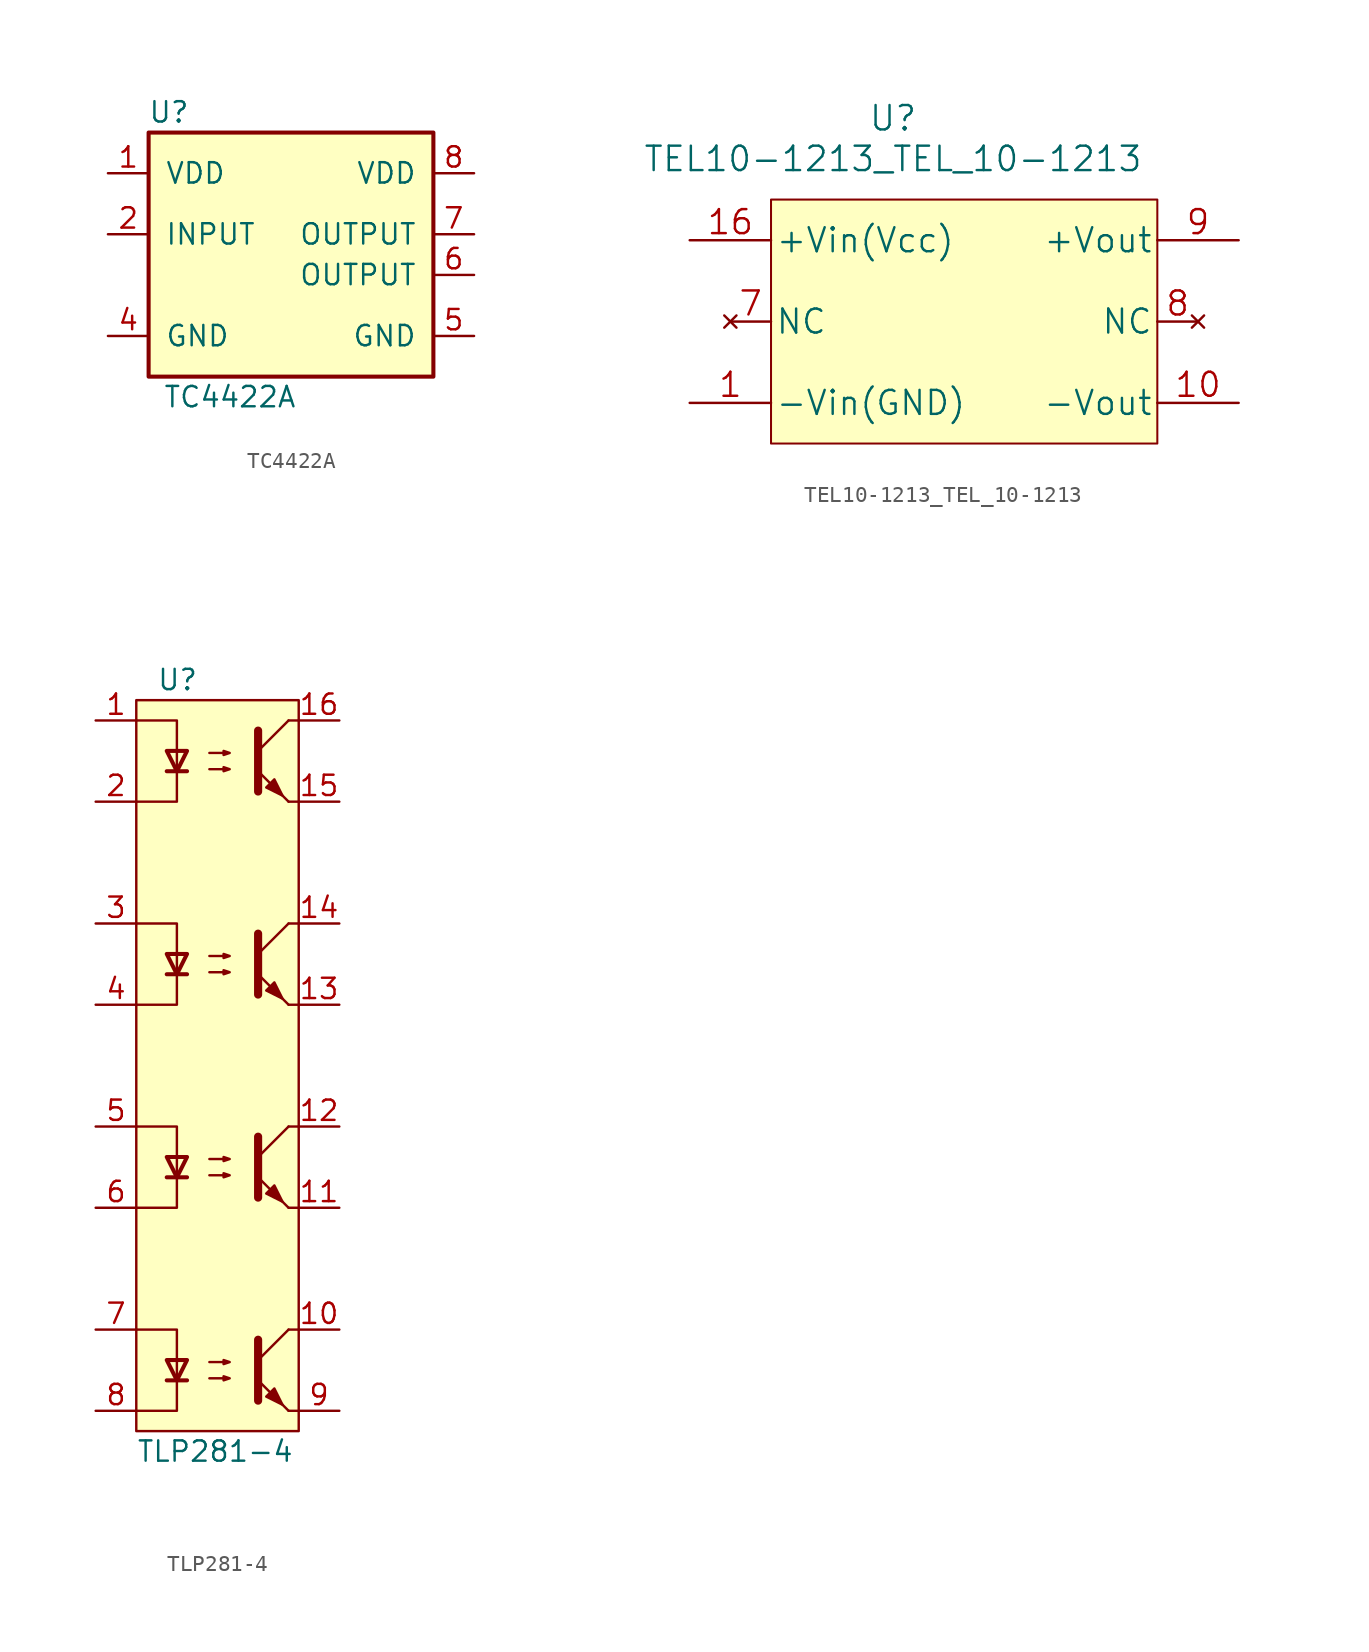
<source format=kicad_sym>
(kicad_symbol_lib
  (version 20211014)
  (generator kicad_symbol_editor)
  (symbol "TC4422A"
    (pin_names
      (offset 1.016))
    (property "Reference" "U"
      (at -7.62 8.89 0)
      (effects (font (size 1.27 1.27))))
    (property "Value" "TC4422A"
      (at -3.81 -8.89 0)
      (effects (font (size 1.27 1.27))))
    (symbol "TC4422A_1_1"
      (rectangle (start -8.89 7.62) (end 8.89 -7.62) (stroke (width 0.254) (type default) (color 0 0 0 0)) (fill (type background)))
      (pin power_in line (at -11.43 5.08 0) (length 2.54) (name "VDD" (effects (font (size 1.27 1.27)))) (number "1" (effects (font (size 1.27 1.27)))))
      (pin input line (at -11.43 1.27 0) (length 2.54) (name "INPUT" (effects (font (size 1.27 1.27)))) (number "2" (effects (font (size 1.27 1.27)))))
      (pin no_connect line (at -11.43 -1.27 0) (length 2.54) hide (name "NC" (effects (font (size 1.27 1.27)))) (number "3" (effects (font (size 1.27 1.27)))))
      (pin power_in line (at -11.43 -5.08 0) (length 2.54) (name "GND" (effects (font (size 1.27 1.27)))) (number "4" (effects (font (size 1.27 1.27)))))
      (pin power_in line (at 11.43 -5.08 180) (length 2.54) (name "GND" (effects (font (size 1.27 1.27)))) (number "5" (effects (font (size 1.27 1.27)))))
      (pin unspecified line (at 11.43 -1.27 180) (length 2.54) (name "OUTPUT" (effects (font (size 1.27 1.27)))) (number "6" (effects (font (size 1.27 1.27)))))
      (pin unspecified line (at 11.43 1.27 180) (length 2.54) (name "OUTPUT" (effects (font (size 1.27 1.27)))) (number "7" (effects (font (size 1.27 1.27)))))
      (pin power_in line (at 11.43 5.08 180) (length 2.54) (name "VDD" (effects (font (size 1.27 1.27)))) (number "8" (effects (font (size 1.27 1.27)))))))
  (symbol "TEL10-1213_TEL_10-1213"
    (pin_names
      (offset 0.254))
    (property "Reference" "U"
      (at 15.24 10.16 0)
      (effects (font (size 1.524 1.524))))
    (property "Value" "TEL10-1213_TEL_10-1213"
      (at 15.24 7.62 0)
      (effects (font (size 1.524 1.524))))
    (property "Datasheet" ""
      (at 0 2.54 0)
      (effects (font (size 1.524 1.524))))
    (property "ki_locked" ""
      (at 0 0 0)
      (effects (font (size 1.27 1.27))))
    (symbol "TEL10-1213_TEL_10-1213_1_1"
      (rectangle (start 7.62 5.08) (end 31.75 -10.16) (stroke (width 0.127) (type default) (color 0 0 0 0)) (fill (type background)))
      (pin power_in line (at 2.54 -7.62 0) (length 5.08) (name "-Vin(GND)" (effects (font (size 1.499 1.499)))) (number "1" (effects (font (size 1.499 1.499)))))
      (pin power_out line (at 36.83 -7.62 180) (length 5.08) (name "-Vout" (effects (font (size 1.499 1.499)))) (number "10" (effects (font (size 1.499 1.499)))))
      (pin power_in line (at 2.54 2.54 0) (length 5.08) (name "+Vin(Vcc)" (effects (font (size 1.499 1.499)))) (number "16" (effects (font (size 1.499 1.499)))))
      (pin no_connect line (at 5.08 -2.54 0) (length 2.54) (name "NC" (effects (font (size 1.499 1.499)))) (number "7" (effects (font (size 1.499 1.499)))))
      (pin no_connect line (at 34.29 -2.54 180) (length 2.54) (name "NC" (effects (font (size 1.499 1.499)))) (number "8" (effects (font (size 1.499 1.499)))))
      (pin power_out line (at 36.83 2.54 180) (length 5.08) (name "+Vout" (effects (font (size 1.499 1.499)))) (number "9" (effects (font (size 1.499 1.499)))))))
  (symbol "TLP281-4"
    (pin_names
      (offset 1.016))
    (property "Reference" "U"
      (at -3.81 24.13 0)
      (effects (font (size 1.27 1.27)) (justify left)))
    (property "Value" "TLP281-4"
      (at -5.08 -24.13 0)
      (effects (font (size 1.27 1.27)) (justify left)))
    (symbol "TLP281-4_0_1"
      (rectangle (start -5.08 22.86) (end 5.08 -22.86) (stroke (width 0.152) (type default) (color 0 0 0 0)) (fill (type background)))
      (polyline (pts (xy -3.175 -19.685) (xy -1.905 -19.685)) (stroke (width 0.254) (type default) (color 0 0 0 0)) (fill (type none)))
      (polyline (pts (xy -3.175 -6.985) (xy -1.905 -6.985)) (stroke (width 0.254) (type default) (color 0 0 0 0)) (fill (type none)))
      (polyline (pts (xy -3.175 5.715) (xy -1.905 5.715)) (stroke (width 0.254) (type default) (color 0 0 0 0)) (fill (type none)))
      (polyline (pts (xy -3.175 18.415) (xy -1.905 18.415)) (stroke (width 0.254) (type default) (color 0 0 0 0)) (fill (type none)))
      (polyline (pts (xy 2.54 -18.415) (xy 4.445 -16.51)) (stroke (width 0) (type default) (color 0 0 0 0)) (fill (type none)))
      (polyline (pts (xy 2.54 -5.715) (xy 4.445 -3.81)) (stroke (width 0) (type default) (color 0 0 0 0)) (fill (type none)))
      (polyline (pts (xy 2.54 6.985) (xy 4.445 8.89)) (stroke (width 0) (type default) (color 0 0 0 0)) (fill (type none)))
      (polyline (pts (xy 2.54 19.685) (xy 4.445 21.59)) (stroke (width 0) (type default) (color 0 0 0 0)) (fill (type none)))
      (polyline (pts (xy 4.445 -21.59) (xy 2.54 -19.685)) (stroke (width 0) (type default) (color 0 0 0 0)) (fill (type outline)))
      (polyline (pts (xy 4.445 -21.59) (xy 5.08 -21.59)) (stroke (width 0) (type default) (color 0 0 0 0)) (fill (type none)))
      (polyline (pts (xy 4.445 -16.51) (xy 5.08 -16.51)) (stroke (width 0) (type default) (color 0 0 0 0)) (fill (type none)))
      (polyline (pts (xy 4.445 -8.89) (xy 2.54 -6.985)) (stroke (width 0) (type default) (color 0 0 0 0)) (fill (type outline)))
      (polyline (pts (xy 4.445 -8.89) (xy 5.08 -8.89)) (stroke (width 0) (type default) (color 0 0 0 0)) (fill (type none)))
      (polyline (pts (xy 4.445 -3.81) (xy 5.08 -3.81)) (stroke (width 0) (type default) (color 0 0 0 0)) (fill (type none)))
      (polyline (pts (xy 4.445 3.81) (xy 2.54 5.715)) (stroke (width 0) (type default) (color 0 0 0 0)) (fill (type outline)))
      (polyline (pts (xy 4.445 3.81) (xy 5.08 3.81)) (stroke (width 0) (type default) (color 0 0 0 0)) (fill (type none)))
      (polyline (pts (xy 4.445 8.89) (xy 5.08 8.89)) (stroke (width 0) (type default) (color 0 0 0 0)) (fill (type none)))
      (polyline (pts (xy 4.445 16.51) (xy 2.54 18.415)) (stroke (width 0) (type default) (color 0 0 0 0)) (fill (type outline)))
      (polyline (pts (xy 4.445 16.51) (xy 5.08 16.51)) (stroke (width 0) (type default) (color 0 0 0 0)) (fill (type none)))
      (polyline (pts (xy 4.445 21.59) (xy 5.08 21.59)) (stroke (width 0) (type default) (color 0 0 0 0)) (fill (type none)))
      (polyline (pts (xy -5.08 -16.51) (xy -2.54 -16.51) (xy -2.54 -19.685)) (stroke (width 0) (type default) (color 0 0 0 0)) (fill (type none)))
      (polyline (pts (xy -5.08 -3.81) (xy -2.54 -3.81) (xy -2.54 -6.985)) (stroke (width 0) (type default) (color 0 0 0 0)) (fill (type none)))
      (polyline (pts (xy -5.08 8.89) (xy -2.54 8.89) (xy -2.54 5.715)) (stroke (width 0) (type default) (color 0 0 0 0)) (fill (type none)))
      (polyline (pts (xy -5.08 21.59) (xy -2.54 21.59) (xy -2.54 18.415)) (stroke (width 0) (type default) (color 0 0 0 0)) (fill (type none)))
      (polyline (pts (xy -2.54 -19.685) (xy -2.54 -21.59) (xy -5.08 -21.59)) (stroke (width 0) (type default) (color 0 0 0 0)) (fill (type none)))
      (polyline (pts (xy -2.54 -6.985) (xy -2.54 -8.89) (xy -5.08 -8.89)) (stroke (width 0) (type default) (color 0 0 0 0)) (fill (type none)))
      (polyline (pts (xy -2.54 5.715) (xy -2.54 3.81) (xy -5.08 3.81)) (stroke (width 0) (type default) (color 0 0 0 0)) (fill (type none)))
      (polyline (pts (xy -2.54 18.415) (xy -2.54 16.51) (xy -5.08 16.51)) (stroke (width 0) (type default) (color 0 0 0 0)) (fill (type none)))
      (polyline (pts (xy 2.54 -17.145) (xy 2.54 -20.955) (xy 2.54 -20.955)) (stroke (width 0.508) (type default) (color 0 0 0 0)) (fill (type none)))
      (polyline (pts (xy 2.54 -4.445) (xy 2.54 -8.255) (xy 2.54 -8.255)) (stroke (width 0.508) (type default) (color 0 0 0 0)) (fill (type none)))
      (polyline (pts (xy 2.54 8.255) (xy 2.54 4.445) (xy 2.54 4.445)) (stroke (width 0.508) (type default) (color 0 0 0 0)) (fill (type none)))
      (polyline (pts (xy 2.54 20.955) (xy 2.54 17.145) (xy 2.54 17.145)) (stroke (width 0.508) (type default) (color 0 0 0 0)) (fill (type none)))
      (polyline (pts (xy -2.54 -19.685) (xy -3.175 -18.415) (xy -1.905 -18.415) (xy -2.54 -19.685)) (stroke (width 0.254) (type default) (color 0 0 0 0)) (fill (type none)))
      (polyline (pts (xy -2.54 -6.985) (xy -3.175 -5.715) (xy -1.905 -5.715) (xy -2.54 -6.985)) (stroke (width 0.254) (type default) (color 0 0 0 0)) (fill (type none)))
      (polyline (pts (xy -2.54 5.715) (xy -3.175 6.985) (xy -1.905 6.985) (xy -2.54 5.715)) (stroke (width 0.254) (type default) (color 0 0 0 0)) (fill (type none)))
      (polyline (pts (xy -2.54 18.415) (xy -3.175 19.685) (xy -1.905 19.685) (xy -2.54 18.415)) (stroke (width 0.254) (type default) (color 0 0 0 0)) (fill (type none)))
      (polyline (pts (xy -0.508 -19.558) (xy 0.762 -19.558) (xy 0.381 -19.685) (xy 0.381 -19.431) (xy 0.762 -19.558)) (stroke (width 0) (type default) (color 0 0 0 0)) (fill (type none)))
      (polyline (pts (xy -0.508 -18.542) (xy 0.762 -18.542) (xy 0.381 -18.669) (xy 0.381 -18.415) (xy 0.762 -18.542)) (stroke (width 0) (type default) (color 0 0 0 0)) (fill (type none)))
      (polyline (pts (xy -0.508 -6.858) (xy 0.762 -6.858) (xy 0.381 -6.985) (xy 0.381 -6.731) (xy 0.762 -6.858)) (stroke (width 0) (type default) (color 0 0 0 0)) (fill (type none)))
      (polyline (pts (xy -0.508 -5.842) (xy 0.762 -5.842) (xy 0.381 -5.969) (xy 0.381 -5.715) (xy 0.762 -5.842)) (stroke (width 0) (type default) (color 0 0 0 0)) (fill (type none)))
      (polyline (pts (xy -0.508 5.842) (xy 0.762 5.842) (xy 0.381 5.715) (xy 0.381 5.969) (xy 0.762 5.842)) (stroke (width 0) (type default) (color 0 0 0 0)) (fill (type none)))
      (polyline (pts (xy -0.508 6.858) (xy 0.762 6.858) (xy 0.381 6.731) (xy 0.381 6.985) (xy 0.762 6.858)) (stroke (width 0) (type default) (color 0 0 0 0)) (fill (type none)))
      (polyline (pts (xy -0.508 18.542) (xy 0.762 18.542) (xy 0.381 18.415) (xy 0.381 18.669) (xy 0.762 18.542)) (stroke (width 0) (type default) (color 0 0 0 0)) (fill (type none)))
      (polyline (pts (xy -0.508 19.558) (xy 0.762 19.558) (xy 0.381 19.431) (xy 0.381 19.685) (xy 0.762 19.558)) (stroke (width 0) (type default) (color 0 0 0 0)) (fill (type none)))
      (polyline (pts (xy 3.048 -20.701) (xy 3.556 -20.193) (xy 4.064 -21.209) (xy 3.048 -20.701) (xy 3.048 -20.701)) (stroke (width 0) (type default) (color 0 0 0 0)) (fill (type outline)))
      (polyline (pts (xy 3.048 -8.001) (xy 3.556 -7.493) (xy 4.064 -8.509) (xy 3.048 -8.001) (xy 3.048 -8.001)) (stroke (width 0) (type default) (color 0 0 0 0)) (fill (type outline)))
      (polyline (pts (xy 3.048 4.699) (xy 3.556 5.207) (xy 4.064 4.191) (xy 3.048 4.699) (xy 3.048 4.699)) (stroke (width 0) (type default) (color 0 0 0 0)) (fill (type outline)))
      (polyline (pts (xy 3.048 17.399) (xy 3.556 17.907) (xy 4.064 16.891) (xy 3.048 17.399) (xy 3.048 17.399)) (stroke (width 0) (type default) (color 0 0 0 0)) (fill (type outline))))
    (symbol "TLP281-4_1_1"
      (pin passive line (at -7.62 21.59 0) (length 2.54) (name "~" (effects (font (size 1.27 1.27)))) (number "1" (effects (font (size 1.27 1.27)))))
      (pin passive line (at 7.62 -16.51 180) (length 2.54) (name "~" (effects (font (size 1.27 1.27)))) (number "10" (effects (font (size 1.27 1.27)))))
      (pin passive line (at 7.62 -8.89 180) (length 2.54) (name "~" (effects (font (size 1.27 1.27)))) (number "11" (effects (font (size 1.27 1.27)))))
      (pin passive line (at 7.62 -3.81 180) (length 2.54) (name "~" (effects (font (size 1.27 1.27)))) (number "12" (effects (font (size 1.27 1.27)))))
      (pin passive line (at 7.62 3.81 180) (length 2.54) (name "~" (effects (font (size 1.27 1.27)))) (number "13" (effects (font (size 1.27 1.27)))))
      (pin passive line (at 7.62 8.89 180) (length 2.54) (name "~" (effects (font (size 1.27 1.27)))) (number "14" (effects (font (size 1.27 1.27)))))
      (pin passive line (at 7.62 16.51 180) (length 2.54) (name "~" (effects (font (size 1.27 1.27)))) (number "15" (effects (font (size 1.27 1.27)))))
      (pin passive line (at 7.62 21.59 180) (length 2.54) (name "~" (effects (font (size 1.27 1.27)))) (number "16" (effects (font (size 1.27 1.27)))))
      (pin passive line (at -7.62 16.51 0) (length 2.54) (name "~" (effects (font (size 1.27 1.27)))) (number "2" (effects (font (size 1.27 1.27)))))
      (pin passive line (at -7.62 8.89 0) (length 2.54) (name "~" (effects (font (size 1.27 1.27)))) (number "3" (effects (font (size 1.27 1.27)))))
      (pin passive line (at -7.62 3.81 0) (length 2.54) (name "~" (effects (font (size 1.27 1.27)))) (number "4" (effects (font (size 1.27 1.27)))))
      (pin passive line (at -7.62 -3.81 0) (length 2.54) (name "~" (effects (font (size 1.27 1.27)))) (number "5" (effects (font (size 1.27 1.27)))))
      (pin passive line (at -7.62 -8.89 0) (length 2.54) (name "~" (effects (font (size 1.27 1.27)))) (number "6" (effects (font (size 1.27 1.27)))))
      (pin passive line (at -7.62 -16.51 0) (length 2.54) (name "~" (effects (font (size 1.27 1.27)))) (number "7" (effects (font (size 1.27 1.27)))))
      (pin passive line (at -7.62 -21.59 0) (length 2.54) (name "~" (effects (font (size 1.27 1.27)))) (number "8" (effects (font (size 1.27 1.27)))))
      (pin passive line (at 7.62 -21.59 180) (length 2.54) (name "~" (effects (font (size 1.27 1.27)))) (number "9" (effects (font (size 1.27 1.27))))))))
</source>
